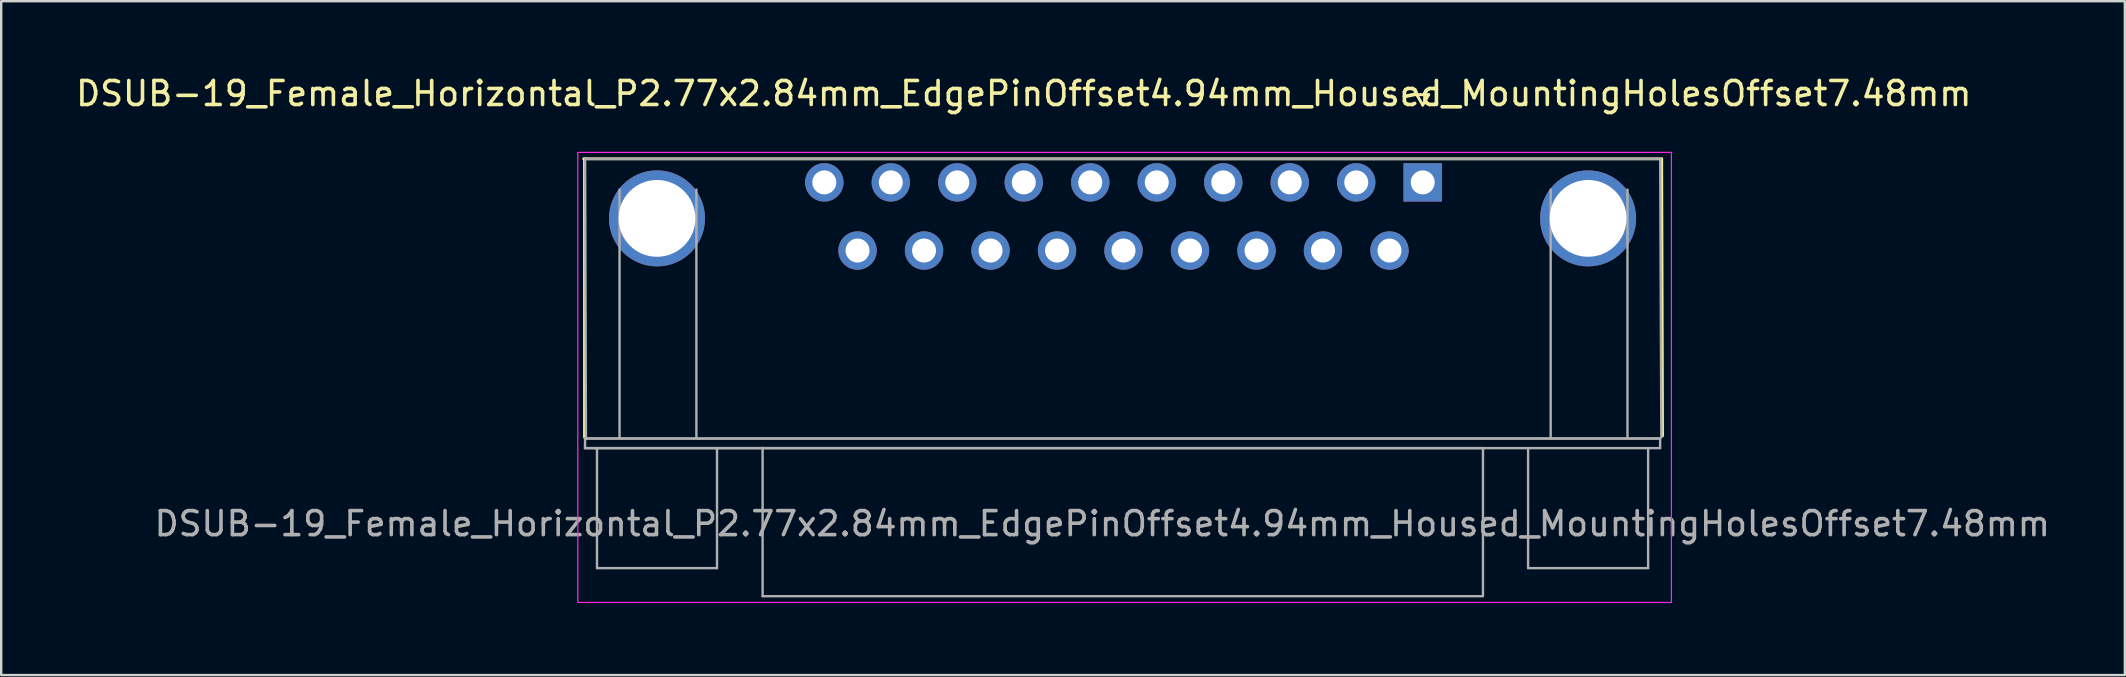
<source format=kicad_pcb>
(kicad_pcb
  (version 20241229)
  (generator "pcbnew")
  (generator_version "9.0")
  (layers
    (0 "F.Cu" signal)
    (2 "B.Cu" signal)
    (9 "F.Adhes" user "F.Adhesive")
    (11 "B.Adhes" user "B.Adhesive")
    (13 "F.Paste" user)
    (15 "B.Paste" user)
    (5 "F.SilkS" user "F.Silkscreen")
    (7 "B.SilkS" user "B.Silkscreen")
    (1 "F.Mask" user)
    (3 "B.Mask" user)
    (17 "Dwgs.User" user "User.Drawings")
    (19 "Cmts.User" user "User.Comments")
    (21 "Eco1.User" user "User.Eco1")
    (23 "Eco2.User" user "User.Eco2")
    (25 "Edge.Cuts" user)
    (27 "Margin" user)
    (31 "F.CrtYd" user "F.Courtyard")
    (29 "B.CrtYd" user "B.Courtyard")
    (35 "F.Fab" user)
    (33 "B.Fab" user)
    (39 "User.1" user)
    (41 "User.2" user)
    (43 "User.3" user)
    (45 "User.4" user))
  (footprint "DSUB-19_Female_Horizontal_P2.77x2.84mm_EdgePinOffset4.94mm_Housed_MountingHolesOffset7.48mm"
    (layer "F.Cu")
    (at 56.221 4.548)
    (property "Reference" "DSUB-19_Female_Horizontal_P2.77x2.84mm_EdgePinOffset4.94mm_Housed_MountingHolesOffset7.48mm" (at -16.62 -3.7 0) (layer "F.SilkS") (effects (font (size 1 1) (thickness 0.15))))
    (attr through_hole)
    (fp_line (start -34.955 -0.98) (end 9.955 -0.98) (stroke (width 0.12) (type solid)) (layer "F.SilkS"))
    (fp_line (start -34.92 10.61) (end -34.92 -0.98) (stroke (width 0.12) (type solid)) (layer "F.SilkS"))
    (fp_line (start -0.25 -3.654) (end 0.25 -3.654) (stroke (width 0.12) (type solid)) (layer "F.SilkS"))
    (fp_line (start 0 -3.221) (end -0.25 -3.654) (stroke (width 0.12) (type solid)) (layer "F.SilkS"))
    (fp_line (start 0.25 -3.654) (end 0 -3.221) (stroke (width 0.12) (type solid)) (layer "F.SilkS"))
    (fp_line (start 9.955 -0.98) (end 9.99 10.56) (stroke (width 0.12) (type solid)) (layer "F.SilkS"))
    (fp_rect (start -35.2 -1.25) (end 10.36 17.5) (stroke (width 0.05) (type default)) (fill no) (layer "F.CrtYd"))
    (fp_line (start -34.9 10.67) (end 9.89 10.67) (stroke (width 0.1) (type solid)) (layer "F.Fab"))
    (fp_line (start -34.9 11.07) (end 9.89 11.07) (stroke (width 0.1) (type solid)) (layer "F.Fab"))
    (fp_line (start -34.895 10.67) (end -34.9 11.07) (stroke (width 0.1) (type solid)) (layer "F.Fab"))
    (fp_line (start -34.895 -0.98) (end -34.86 10.67) (stroke (width 0.1) (type solid)) (layer "F.Fab"))
    (fp_line (start -34.4 11.07) (end -34.4 16.07) (stroke (width 0.1) (type solid)) (layer "F.Fab"))
    (fp_line (start -34.4 16.07) (end -29.4 16.07) (stroke (width 0.1) (type solid)) (layer "F.Fab"))
    (fp_line (start -33.46 10.65) (end -33.46 0.3) (stroke (width 0.1) (type solid)) (layer "F.Fab"))
    (fp_line (start -30.26 10.65) (end -30.26 0.3) (stroke (width 0.1) (type solid)) (layer "F.Fab"))
    (fp_line (start -29.4 16.07) (end -29.4 11.07) (stroke (width 0.1) (type solid)) (layer "F.Fab"))
    (fp_line (start -27.5 11.06) (end -27.5 17.24) (stroke (width 0.1) (type solid)) (layer "F.Fab"))
    (fp_line (start -27.5 17.24) (end 2.49 17.24) (stroke (width 0.1) (type solid)) (layer "F.Fab"))
    (fp_line (start 2.49 11.07) (end -34.9 11.07) (stroke (width 0.1) (type solid)) (layer "F.Fab"))
    (fp_line (start 2.51 17.235) (end 2.51 11.065) (stroke (width 0.1) (type solid)) (layer "F.Fab"))
    (fp_line (start 4.39 11.07) (end 4.39 16.07) (stroke (width 0.1) (type solid)) (layer "F.Fab"))
    (fp_line (start 4.39 16.07) (end 9.39 16.07) (stroke (width 0.1) (type solid)) (layer "F.Fab"))
    (fp_line (start 5.33 10.67) (end 5.33 0.3) (stroke (width 0.1) (type solid)) (layer "F.Fab"))
    (fp_line (start 8.53 10.67) (end 8.53 0.3) (stroke (width 0.1) (type solid)) (layer "F.Fab"))
    (fp_line (start 9.39 16.07) (end 9.39 11.07) (stroke (width 0.1) (type solid)) (layer "F.Fab"))
    (fp_line (start 9.89 10.67) (end -34.9 10.67) (stroke (width 0.1) (type solid)) (layer "F.Fab"))
    (fp_line (start 9.89 11.07) (end 9.89 10.67) (stroke (width 0.1) (type solid)) (layer "F.Fab"))
    (fp_line (start 9.895 -0.98) (end -34.895 -0.98) (stroke (width 0.1) (type solid)) (layer "F.Fab"))
    (fp_line (start 9.94 10.62) (end 9.895 -0.98) (stroke (width 0.1) (type solid)) (layer "F.Fab"))
    (fp_text user "${REFERENCE}" (at -13.35 14.22 0) (layer "F.Fab") (effects (font (size 1 1) (thickness 0.15))))
    (pad "0" thru_hole circle (at -31.9 1.5) (size 4 4) (drill 3.2) (layers "*.Cu" "*.Mask"))
    (pad "0" thru_hole circle (at 6.89 1.5) (size 4 4) (drill 3.2) (layers "*.Cu" "*.Mask"))
    (pad "1" thru_hole rect (at 0 0) (size 1.6 1.6) (drill 1) (layers "*.Cu" "*.Mask"))
    (pad "2" thru_hole circle (at -2.77 0) (size 1.6 1.6) (drill 1) (layers "*.Cu" "*.Mask"))
    (pad "3" thru_hole circle (at -5.54 0) (size 1.6 1.6) (drill 1) (layers "*.Cu" "*.Mask"))
    (pad "4" thru_hole circle (at -8.31 0) (size 1.6 1.6) (drill 1) (layers "*.Cu" "*.Mask"))
    (pad "5" thru_hole circle (at -11.08 0) (size 1.6 1.6) (drill 1) (layers "*.Cu" "*.Mask"))
    (pad "6" thru_hole circle (at -13.85 0) (size 1.6 1.6) (drill 1) (layers "*.Cu" "*.Mask"))
    (pad "7" thru_hole circle (at -16.62 0) (size 1.6 1.6) (drill 1) (layers "*.Cu" "*.Mask"))
    (pad "8" thru_hole circle (at -19.39 0) (size 1.6 1.6) (drill 1) (layers "*.Cu" "*.Mask"))
    (pad "9" thru_hole circle (at -22.16 0) (size 1.6 1.6) (drill 1) (layers "*.Cu" "*.Mask"))
    (pad "10" thru_hole circle (at -24.93 0) (size 1.6 1.6) (drill 1) (layers "*.Cu" "*.Mask"))
    (pad "11" thru_hole circle (at -1.385 2.84) (size 1.6 1.6) (drill 1) (layers "*.Cu" "*.Mask"))
    (pad "12" thru_hole circle (at -4.155 2.84) (size 1.6 1.6) (drill 1) (layers "*.Cu" "*.Mask"))
    (pad "13" thru_hole circle (at -6.925 2.84) (size 1.6 1.6) (drill 1) (layers "*.Cu" "*.Mask"))
    (pad "14" thru_hole circle (at -9.695 2.84) (size 1.6 1.6) (drill 1) (layers "*.Cu" "*.Mask"))
    (pad "15" thru_hole circle (at -12.465 2.84) (size 1.6 1.6) (drill 1) (layers "*.Cu" "*.Mask"))
    (pad "16" thru_hole circle (at -15.235 2.84) (size 1.6 1.6) (drill 1) (layers "*.Cu" "*.Mask"))
    (pad "17" thru_hole circle (at -18.005 2.84) (size 1.6 1.6) (drill 1) (layers "*.Cu" "*.Mask"))
    (pad "18" thru_hole circle (at -20.775 2.84) (size 1.6 1.6) (drill 1) (layers "*.Cu" "*.Mask"))
    (pad "19" thru_hole circle (at -23.545 2.84) (size 1.6 1.6) (drill 1) (layers "*.Cu" "*.Mask")))
  (gr_rect
    (start -3 -3)
    (end 85.472 25.073)
    (stroke (width 0.1) (type default))
    (fill no)
    (layer "Edge.Cuts")))
</source>
